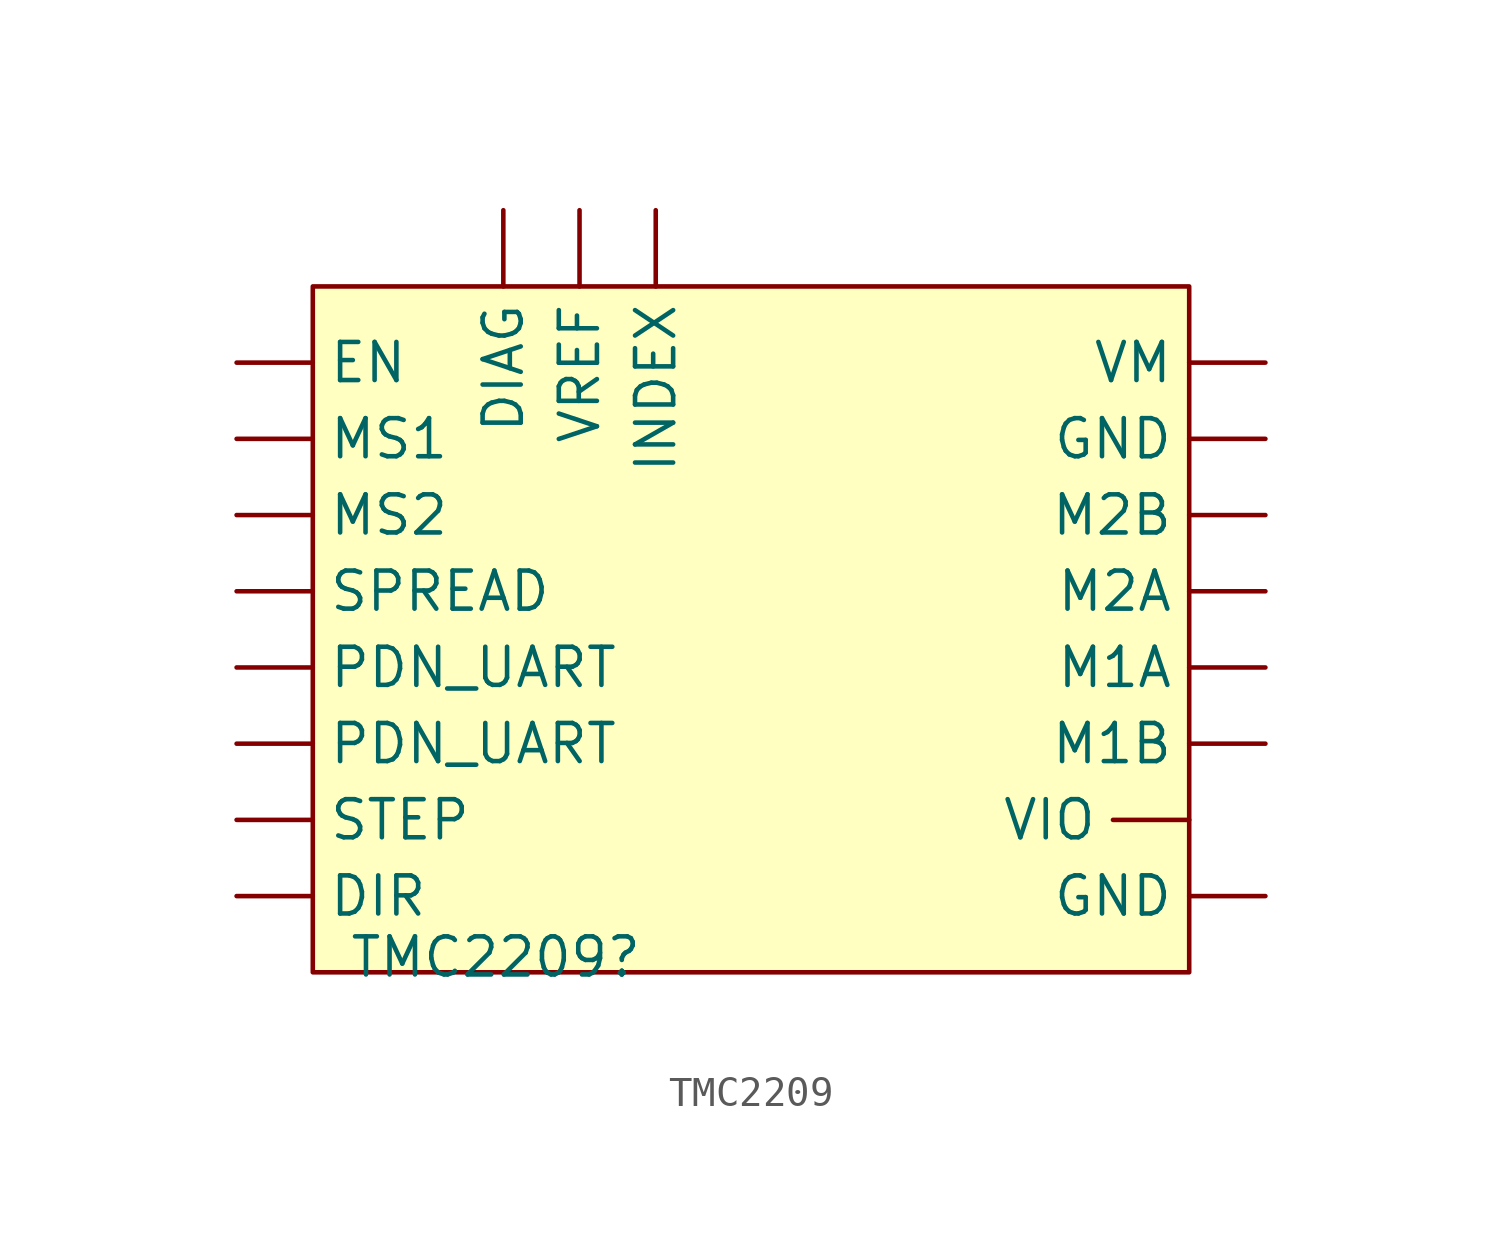
<source format=kicad_sym>
(kicad_symbol_lib
  (version 20231120)
  (generator "kicad_symbol_editor")
  (generator_version "8.0")
  (symbol "TMC2209"
    (property "Reference" "TMC2209"
      (at -4.064 -0.762 0)
      (effects (font (size 1.27 1.27))))
    (property "Value" ""
      (at -4.064 -0.762 0)
      (effects (font (size 1.27 1.27))))
    (symbol "TMC2209_0_1"
      (rectangle (start -10.16 21.59) (end 19.05 -1.27) (stroke (width 0) (type default)) (fill (type background))))
    (symbol "TMC2209_1_1"
      (pin output line (at -3.81 24.13 270) (length 2.54) (name "DIAG" (effects (font (size 1.27 1.27)))) (number "" (effects (font (size 1.27 1.27)))))
      (pin input line (at -12.7 1.27 0) (length 2.54) (name "DIR" (effects (font (size 1.27 1.27)))) (number "" (effects (font (size 1.27 1.27)))))
      (pin input line (at -12.7 19.05 0) (length 2.54) (name "EN" (effects (font (size 1.27 1.27)))) (number "" (effects (font (size 1.27 1.27)))))
      (pin power_in line (at 21.59 1.27 180) (length 2.54) (name "GND" (effects (font (size 1.27 1.27)))) (number "" (effects (font (size 1.27 1.27)))))
      (pin unspecified line (at 21.59 16.51 180) (length 2.54) (name "GND" (effects (font (size 1.27 1.27)))) (number "" (effects (font (size 1.27 1.27)))))
      (pin output line (at 1.27 24.13 270) (length 2.54) (name "INDEX" (effects (font (size 1.27 1.27)))) (number "" (effects (font (size 1.27 1.27)))))
      (pin output line (at 21.59 8.89 180) (length 2.54) (name "M1A" (effects (font (size 1.27 1.27)))) (number "" (effects (font (size 1.27 1.27)))))
      (pin output line (at 21.59 6.35 180) (length 2.54) (name "M1B" (effects (font (size 1.27 1.27)))) (number "" (effects (font (size 1.27 1.27)))))
      (pin output line (at 21.59 11.43 180) (length 2.54) (name "M2A" (effects (font (size 1.27 1.27)))) (number "" (effects (font (size 1.27 1.27)))))
      (pin output line (at 21.59 13.97 180) (length 2.54) (name "M2B" (effects (font (size 1.27 1.27)))) (number "" (effects (font (size 1.27 1.27)))))
      (pin input line (at -12.7 16.51 0) (length 2.54) (name "MS1" (effects (font (size 1.27 1.27)))) (number "" (effects (font (size 1.27 1.27)))))
      (pin input line (at -12.7 13.97 0) (length 2.54) (name "MS2" (effects (font (size 1.27 1.27)))) (number "" (effects (font (size 1.27 1.27)))))
      (pin bidirectional line (at -12.7 6.35 0) (length 2.54) (name "PDN_UART" (effects (font (size 1.27 1.27)))) (number "" (effects (font (size 1.27 1.27)))))
      (pin bidirectional line (at -12.7 8.89 0) (length 2.54) (name "PDN_UART" (effects (font (size 1.27 1.27)))) (number "" (effects (font (size 1.27 1.27)))))
      (pin input line (at -12.7 11.43 0) (length 2.54) (name "SPREAD" (effects (font (size 1.27 1.27)))) (number "" (effects (font (size 1.27 1.27)))))
      (pin input line (at -12.7 3.81 0) (length 2.54) (name "STEP" (effects (font (size 1.27 1.27)))) (number "" (effects (font (size 1.27 1.27)))))
      (pin power_in line (at 19.05 3.81 180) (length 2.54) (name "VIO" (effects (font (size 1.27 1.27)))) (number "" (effects (font (size 1.27 1.27)))))
      (pin unspecified line (at 21.59 19.05 180) (length 2.54) (name "VM" (effects (font (size 1.27 1.27)))) (number "" (effects (font (size 1.27 1.27)))))
      (pin unspecified line (at -1.27 24.13 270) (length 2.54) (name "VREF" (effects (font (size 1.27 1.27)))) (number "" (effects (font (size 1.27 1.27))))))))
</source>
